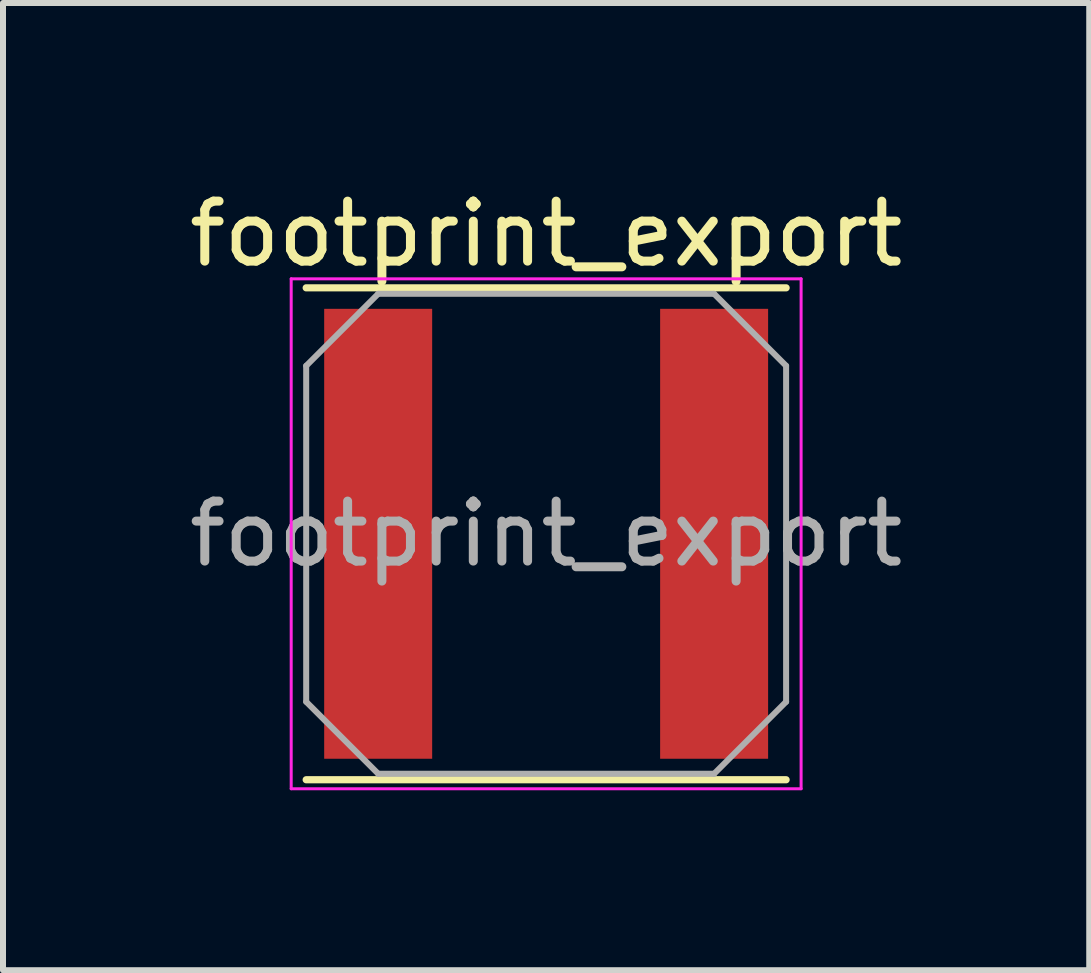
<source format=kicad_pcb>
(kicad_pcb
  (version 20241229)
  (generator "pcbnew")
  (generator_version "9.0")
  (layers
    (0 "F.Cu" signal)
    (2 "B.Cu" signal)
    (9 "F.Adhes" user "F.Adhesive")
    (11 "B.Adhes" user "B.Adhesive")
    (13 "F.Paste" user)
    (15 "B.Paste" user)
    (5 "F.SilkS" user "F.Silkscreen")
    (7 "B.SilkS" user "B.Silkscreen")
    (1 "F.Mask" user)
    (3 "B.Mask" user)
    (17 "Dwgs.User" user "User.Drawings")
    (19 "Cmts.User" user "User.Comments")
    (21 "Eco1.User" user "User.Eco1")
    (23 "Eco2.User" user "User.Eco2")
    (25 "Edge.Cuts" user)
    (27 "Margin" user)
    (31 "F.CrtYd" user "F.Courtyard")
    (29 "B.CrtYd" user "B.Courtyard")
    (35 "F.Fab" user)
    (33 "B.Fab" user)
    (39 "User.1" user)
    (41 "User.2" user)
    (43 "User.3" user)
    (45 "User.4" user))
  (footprint "footprint_export"
    (layer "F.Cu")
    (at 6.054 5.848)
    (property "Reference" "footprint_export" (at 0 -5 0) (layer "F.SilkS") (effects (font (size 1 1) (thickness 0.15))))
    (attr smd)
    (fp_line (start -4 -4.1) (end 4 -4.1) (stroke (width 0.12) (type solid)) (layer "F.SilkS"))
    (fp_line (start -4 4.1) (end 4 4.1) (stroke (width 0.12) (type solid)) (layer "F.SilkS"))
    (fp_line (start -4.25 -4.25) (end -4.25 4.25) (stroke (width 0.05) (type solid)) (layer "F.CrtYd"))
    (fp_line (start -4.25 4.25) (end 4.25 4.25) (stroke (width 0.05) (type solid)) (layer "F.CrtYd"))
    (fp_line (start 4.25 -4.25) (end -4.25 -4.25) (stroke (width 0.05) (type solid)) (layer "F.CrtYd"))
    (fp_line (start 4.25 4.25) (end 4.25 -4.25) (stroke (width 0.05) (type solid)) (layer "F.CrtYd"))
    (fp_line (start -4 -2.8) (end -2.8 -4) (stroke (width 0.1) (type solid)) (layer "F.Fab"))
    (fp_line (start -4 2.8) (end -4 -2.8) (stroke (width 0.1) (type solid)) (layer "F.Fab"))
    (fp_line (start -4 2.8) (end -2.8 4) (stroke (width 0.1) (type solid)) (layer "F.Fab"))
    (fp_line (start -2.8 -4) (end 2.8 -4) (stroke (width 0.1) (type solid)) (layer "F.Fab"))
    (fp_line (start -2.8 4) (end 2.8 4) (stroke (width 0.1) (type solid)) (layer "F.Fab"))
    (fp_line (start 4 -2.8) (end 2.8 -4) (stroke (width 0.1) (type solid)) (layer "F.Fab"))
    (fp_line (start 4 2.8) (end 2.8 4) (stroke (width 0.1) (type solid)) (layer "F.Fab"))
    (fp_line (start 4 2.8) (end 4 -2.8) (stroke (width 0.1) (type solid)) (layer "F.Fab"))
    (fp_text user "${REFERENCE}" (at 0 0 0) (layer "F.Fab") (effects (font (size 1 1) (thickness 0.15))))
    (pad "1" smd rect (at -2.8 0) (size 1.8 7.5) (layers "F.Cu" "F.Mask" "F.Paste"))
    (pad "2" smd rect (at 2.8 0) (size 1.8 7.5) (layers "F.Cu" "F.Mask" "F.Paste")))
  (gr_rect
    (start -3 -3)
    (end 15.107 13.123)
    (stroke (width 0.1) (type default))
    (fill no)
    (layer "Edge.Cuts")))
</source>
